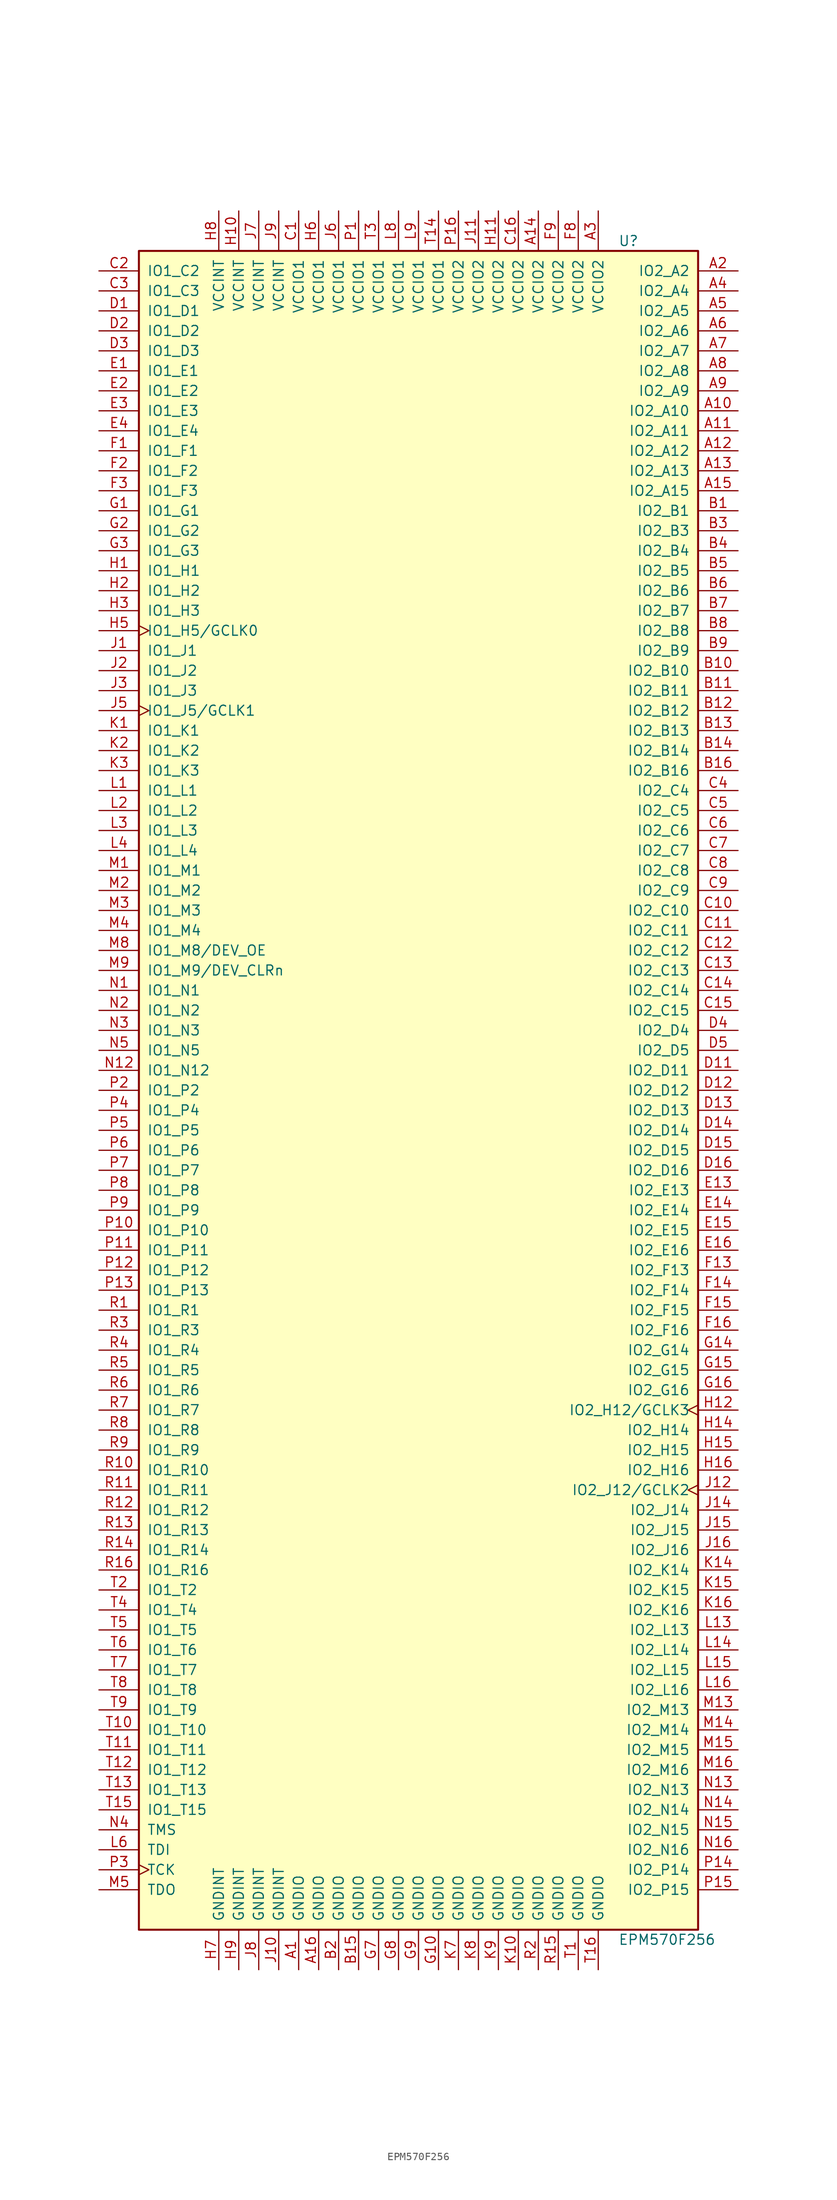
<source format=kicad_sym>
(kicad_symbol_lib
  (version 20201005)
  (generator kicad_symbol_editor)
  (symbol "CPLD_Altera:EPM570F256"
    (pin_names
      (offset 1.016))
    (property "Reference" "U"
      (at 25.4 107.95 0)
      (effects (font (size 1.27 1.27)) (justify left)))
    (property "Value" "EPM570F256"
      (at 25.4 -107.95 0)
      (effects (font (size 1.27 1.27)) (justify left)))
    (property "ki_locked" ""
      (at 0 0 0)
      (effects (font (size 1.27 1.27))))
    (symbol "EPM570F256_1_1"
      (rectangle (start -35.56 106.68) (end 35.56 -106.68) (stroke (width 0.254)) (fill (type background)))
      (pin bidirectional line (at 40.64 104.14 180) (length 5.08) (name "IO2_A2" (effects (font (size 1.27 1.27)))) (number "A2" (effects (font (size 1.27 1.27)))))
      (pin bidirectional line (at 40.64 101.6 180) (length 5.08) (name "IO2_A4" (effects (font (size 1.27 1.27)))) (number "A4" (effects (font (size 1.27 1.27)))))
      (pin bidirectional line (at 40.64 99.06 180) (length 5.08) (name "IO2_A5" (effects (font (size 1.27 1.27)))) (number "A5" (effects (font (size 1.27 1.27)))))
      (pin bidirectional line (at 40.64 96.52 180) (length 5.08) (name "IO2_A6" (effects (font (size 1.27 1.27)))) (number "A6" (effects (font (size 1.27 1.27)))))
      (pin bidirectional line (at 40.64 93.98 180) (length 5.08) (name "IO2_A7" (effects (font (size 1.27 1.27)))) (number "A7" (effects (font (size 1.27 1.27)))))
      (pin bidirectional line (at 40.64 91.44 180) (length 5.08) (name "IO2_A8" (effects (font (size 1.27 1.27)))) (number "A8" (effects (font (size 1.27 1.27)))))
      (pin bidirectional line (at 40.64 88.9 180) (length 5.08) (name "IO2_A9" (effects (font (size 1.27 1.27)))) (number "A9" (effects (font (size 1.27 1.27)))))
      (pin bidirectional line (at 40.64 86.36 180) (length 5.08) (name "IO2_A10" (effects (font (size 1.27 1.27)))) (number "A10" (effects (font (size 1.27 1.27)))))
      (pin bidirectional line (at 40.64 83.82 180) (length 5.08) (name "IO2_A11" (effects (font (size 1.27 1.27)))) (number "A11" (effects (font (size 1.27 1.27)))))
      (pin bidirectional line (at 40.64 81.28 180) (length 5.08) (name "IO2_A12" (effects (font (size 1.27 1.27)))) (number "A12" (effects (font (size 1.27 1.27)))))
      (pin bidirectional line (at 40.64 78.74 180) (length 5.08) (name "IO2_A13" (effects (font (size 1.27 1.27)))) (number "A13" (effects (font (size 1.27 1.27)))))
      (pin bidirectional line (at 40.64 76.2 180) (length 5.08) (name "IO2_A15" (effects (font (size 1.27 1.27)))) (number "A15" (effects (font (size 1.27 1.27)))))
      (pin bidirectional line (at 40.64 73.66 180) (length 5.08) (name "IO2_B1" (effects (font (size 1.27 1.27)))) (number "B1" (effects (font (size 1.27 1.27)))))
      (pin bidirectional line (at 40.64 71.12 180) (length 5.08) (name "IO2_B3" (effects (font (size 1.27 1.27)))) (number "B3" (effects (font (size 1.27 1.27)))))
      (pin bidirectional line (at 40.64 68.58 180) (length 5.08) (name "IO2_B4" (effects (font (size 1.27 1.27)))) (number "B4" (effects (font (size 1.27 1.27)))))
      (pin bidirectional line (at 40.64 66.04 180) (length 5.08) (name "IO2_B5" (effects (font (size 1.27 1.27)))) (number "B5" (effects (font (size 1.27 1.27)))))
      (pin bidirectional line (at 40.64 63.5 180) (length 5.08) (name "IO2_B6" (effects (font (size 1.27 1.27)))) (number "B6" (effects (font (size 1.27 1.27)))))
      (pin bidirectional line (at 40.64 60.96 180) (length 5.08) (name "IO2_B7" (effects (font (size 1.27 1.27)))) (number "B7" (effects (font (size 1.27 1.27)))))
      (pin bidirectional line (at 40.64 58.42 180) (length 5.08) (name "IO2_B8" (effects (font (size 1.27 1.27)))) (number "B8" (effects (font (size 1.27 1.27)))))
      (pin bidirectional line (at 40.64 55.88 180) (length 5.08) (name "IO2_B9" (effects (font (size 1.27 1.27)))) (number "B9" (effects (font (size 1.27 1.27)))))
      (pin bidirectional line (at 40.64 53.34 180) (length 5.08) (name "IO2_B10" (effects (font (size 1.27 1.27)))) (number "B10" (effects (font (size 1.27 1.27)))))
      (pin bidirectional line (at 40.64 50.8 180) (length 5.08) (name "IO2_B11" (effects (font (size 1.27 1.27)))) (number "B11" (effects (font (size 1.27 1.27)))))
      (pin bidirectional line (at 40.64 48.26 180) (length 5.08) (name "IO2_B12" (effects (font (size 1.27 1.27)))) (number "B12" (effects (font (size 1.27 1.27)))))
      (pin bidirectional line (at 40.64 45.72 180) (length 5.08) (name "IO2_B13" (effects (font (size 1.27 1.27)))) (number "B13" (effects (font (size 1.27 1.27)))))
      (pin bidirectional line (at 40.64 43.18 180) (length 5.08) (name "IO2_B14" (effects (font (size 1.27 1.27)))) (number "B14" (effects (font (size 1.27 1.27)))))
      (pin bidirectional line (at 40.64 40.64 180) (length 5.08) (name "IO2_B16" (effects (font (size 1.27 1.27)))) (number "B16" (effects (font (size 1.27 1.27)))))
      (pin bidirectional line (at -40.64 104.14 0) (length 5.08) (name "IO1_C2" (effects (font (size 1.27 1.27)))) (number "C2" (effects (font (size 1.27 1.27)))))
      (pin bidirectional line (at -40.64 101.6 0) (length 5.08) (name "IO1_C3" (effects (font (size 1.27 1.27)))) (number "C3" (effects (font (size 1.27 1.27)))))
      (pin bidirectional line (at 40.64 38.1 180) (length 5.08) (name "IO2_C4" (effects (font (size 1.27 1.27)))) (number "C4" (effects (font (size 1.27 1.27)))))
      (pin bidirectional line (at 40.64 35.56 180) (length 5.08) (name "IO2_C5" (effects (font (size 1.27 1.27)))) (number "C5" (effects (font (size 1.27 1.27)))))
      (pin bidirectional line (at 40.64 33.02 180) (length 5.08) (name "IO2_C6" (effects (font (size 1.27 1.27)))) (number "C6" (effects (font (size 1.27 1.27)))))
      (pin bidirectional line (at 40.64 30.48 180) (length 5.08) (name "IO2_C7" (effects (font (size 1.27 1.27)))) (number "C7" (effects (font (size 1.27 1.27)))))
      (pin bidirectional line (at 40.64 27.94 180) (length 5.08) (name "IO2_C8" (effects (font (size 1.27 1.27)))) (number "C8" (effects (font (size 1.27 1.27)))))
      (pin bidirectional line (at 40.64 25.4 180) (length 5.08) (name "IO2_C9" (effects (font (size 1.27 1.27)))) (number "C9" (effects (font (size 1.27 1.27)))))
      (pin bidirectional line (at 40.64 22.86 180) (length 5.08) (name "IO2_C10" (effects (font (size 1.27 1.27)))) (number "C10" (effects (font (size 1.27 1.27)))))
      (pin bidirectional line (at 40.64 20.32 180) (length 5.08) (name "IO2_C11" (effects (font (size 1.27 1.27)))) (number "C11" (effects (font (size 1.27 1.27)))))
      (pin bidirectional line (at 40.64 17.78 180) (length 5.08) (name "IO2_C12" (effects (font (size 1.27 1.27)))) (number "C12" (effects (font (size 1.27 1.27)))))
      (pin bidirectional line (at 40.64 15.24 180) (length 5.08) (name "IO2_C13" (effects (font (size 1.27 1.27)))) (number "C13" (effects (font (size 1.27 1.27)))))
      (pin bidirectional line (at 40.64 12.7 180) (length 5.08) (name "IO2_C14" (effects (font (size 1.27 1.27)))) (number "C14" (effects (font (size 1.27 1.27)))))
      (pin bidirectional line (at 40.64 10.16 180) (length 5.08) (name "IO2_C15" (effects (font (size 1.27 1.27)))) (number "C15" (effects (font (size 1.27 1.27)))))
      (pin bidirectional line (at -40.64 99.06 0) (length 5.08) (name "IO1_D1" (effects (font (size 1.27 1.27)))) (number "D1" (effects (font (size 1.27 1.27)))))
      (pin bidirectional line (at -40.64 96.52 0) (length 5.08) (name "IO1_D2" (effects (font (size 1.27 1.27)))) (number "D2" (effects (font (size 1.27 1.27)))))
      (pin bidirectional line (at -40.64 93.98 0) (length 5.08) (name "IO1_D3" (effects (font (size 1.27 1.27)))) (number "D3" (effects (font (size 1.27 1.27)))))
      (pin bidirectional line (at 40.64 7.62 180) (length 5.08) (name "IO2_D4" (effects (font (size 1.27 1.27)))) (number "D4" (effects (font (size 1.27 1.27)))))
      (pin bidirectional line (at 40.64 5.08 180) (length 5.08) (name "IO2_D5" (effects (font (size 1.27 1.27)))) (number "D5" (effects (font (size 1.27 1.27)))))
      (pin bidirectional line (at 40.64 2.54 180) (length 5.08) (name "IO2_D11" (effects (font (size 1.27 1.27)))) (number "D11" (effects (font (size 1.27 1.27)))))
      (pin bidirectional line (at 40.64 0 180) (length 5.08) (name "IO2_D12" (effects (font (size 1.27 1.27)))) (number "D12" (effects (font (size 1.27 1.27)))))
      (pin bidirectional line (at 40.64 -2.54 180) (length 5.08) (name "IO2_D13" (effects (font (size 1.27 1.27)))) (number "D13" (effects (font (size 1.27 1.27)))))
      (pin bidirectional line (at 40.64 -5.08 180) (length 5.08) (name "IO2_D14" (effects (font (size 1.27 1.27)))) (number "D14" (effects (font (size 1.27 1.27)))))
      (pin bidirectional line (at 40.64 -7.62 180) (length 5.08) (name "IO2_D15" (effects (font (size 1.27 1.27)))) (number "D15" (effects (font (size 1.27 1.27)))))
      (pin bidirectional line (at 40.64 -10.16 180) (length 5.08) (name "IO2_D16" (effects (font (size 1.27 1.27)))) (number "D16" (effects (font (size 1.27 1.27)))))
      (pin bidirectional line (at -40.64 91.44 0) (length 5.08) (name "IO1_E1" (effects (font (size 1.27 1.27)))) (number "E1" (effects (font (size 1.27 1.27)))))
      (pin bidirectional line (at -40.64 88.9 0) (length 5.08) (name "IO1_E2" (effects (font (size 1.27 1.27)))) (number "E2" (effects (font (size 1.27 1.27)))))
      (pin bidirectional line (at -40.64 86.36 0) (length 5.08) (name "IO1_E3" (effects (font (size 1.27 1.27)))) (number "E3" (effects (font (size 1.27 1.27)))))
      (pin bidirectional line (at -40.64 83.82 0) (length 5.08) (name "IO1_E4" (effects (font (size 1.27 1.27)))) (number "E4" (effects (font (size 1.27 1.27)))))
      (pin bidirectional line (at 40.64 -12.7 180) (length 5.08) (name "IO2_E13" (effects (font (size 1.27 1.27)))) (number "E13" (effects (font (size 1.27 1.27)))))
      (pin bidirectional line (at 40.64 -15.24 180) (length 5.08) (name "IO2_E14" (effects (font (size 1.27 1.27)))) (number "E14" (effects (font (size 1.27 1.27)))))
      (pin bidirectional line (at 40.64 -17.78 180) (length 5.08) (name "IO2_E15" (effects (font (size 1.27 1.27)))) (number "E15" (effects (font (size 1.27 1.27)))))
      (pin bidirectional line (at 40.64 -20.32 180) (length 5.08) (name "IO2_E16" (effects (font (size 1.27 1.27)))) (number "E16" (effects (font (size 1.27 1.27)))))
      (pin bidirectional line (at -40.64 81.28 0) (length 5.08) (name "IO1_F1" (effects (font (size 1.27 1.27)))) (number "F1" (effects (font (size 1.27 1.27)))))
      (pin bidirectional line (at -40.64 78.74 0) (length 5.08) (name "IO1_F2" (effects (font (size 1.27 1.27)))) (number "F2" (effects (font (size 1.27 1.27)))))
      (pin bidirectional line (at -40.64 76.2 0) (length 5.08) (name "IO1_F3" (effects (font (size 1.27 1.27)))) (number "F3" (effects (font (size 1.27 1.27)))))
      (pin bidirectional line (at 40.64 -22.86 180) (length 5.08) (name "IO2_F13" (effects (font (size 1.27 1.27)))) (number "F13" (effects (font (size 1.27 1.27)))))
      (pin bidirectional line (at 40.64 -25.4 180) (length 5.08) (name "IO2_F14" (effects (font (size 1.27 1.27)))) (number "F14" (effects (font (size 1.27 1.27)))))
      (pin bidirectional line (at 40.64 -27.94 180) (length 5.08) (name "IO2_F15" (effects (font (size 1.27 1.27)))) (number "F15" (effects (font (size 1.27 1.27)))))
      (pin bidirectional line (at 40.64 -30.48 180) (length 5.08) (name "IO2_F16" (effects (font (size 1.27 1.27)))) (number "F16" (effects (font (size 1.27 1.27)))))
      (pin bidirectional line (at -40.64 73.66 0) (length 5.08) (name "IO1_G1" (effects (font (size 1.27 1.27)))) (number "G1" (effects (font (size 1.27 1.27)))))
      (pin bidirectional line (at -40.64 71.12 0) (length 5.08) (name "IO1_G2" (effects (font (size 1.27 1.27)))) (number "G2" (effects (font (size 1.27 1.27)))))
      (pin bidirectional line (at -40.64 68.58 0) (length 5.08) (name "IO1_G3" (effects (font (size 1.27 1.27)))) (number "G3" (effects (font (size 1.27 1.27)))))
      (pin bidirectional line (at 40.64 -33.02 180) (length 5.08) (name "IO2_G14" (effects (font (size 1.27 1.27)))) (number "G14" (effects (font (size 1.27 1.27)))))
      (pin bidirectional line (at 40.64 -35.56 180) (length 5.08) (name "IO2_G15" (effects (font (size 1.27 1.27)))) (number "G15" (effects (font (size 1.27 1.27)))))
      (pin bidirectional line (at 40.64 -38.1 180) (length 5.08) (name "IO2_G16" (effects (font (size 1.27 1.27)))) (number "G16" (effects (font (size 1.27 1.27)))))
      (pin bidirectional line (at -40.64 66.04 0) (length 5.08) (name "IO1_H1" (effects (font (size 1.27 1.27)))) (number "H1" (effects (font (size 1.27 1.27)))))
      (pin bidirectional line (at -40.64 63.5 0) (length 5.08) (name "IO1_H2" (effects (font (size 1.27 1.27)))) (number "H2" (effects (font (size 1.27 1.27)))))
      (pin bidirectional line (at -40.64 60.96 0) (length 5.08) (name "IO1_H3" (effects (font (size 1.27 1.27)))) (number "H3" (effects (font (size 1.27 1.27)))))
      (pin bidirectional clock (at -40.64 58.42 0) (length 5.08) (name "IO1_H5/GCLK0" (effects (font (size 1.27 1.27)))) (number "H5" (effects (font (size 1.27 1.27)))))
      (pin bidirectional clock (at 40.64 -40.64 180) (length 5.08) (name "IO2_H12/GCLK3" (effects (font (size 1.27 1.27)))) (number "H12" (effects (font (size 1.27 1.27)))))
      (pin bidirectional line (at 40.64 -43.18 180) (length 5.08) (name "IO2_H14" (effects (font (size 1.27 1.27)))) (number "H14" (effects (font (size 1.27 1.27)))))
      (pin bidirectional line (at 40.64 -45.72 180) (length 5.08) (name "IO2_H15" (effects (font (size 1.27 1.27)))) (number "H15" (effects (font (size 1.27 1.27)))))
      (pin bidirectional line (at 40.64 -48.26 180) (length 5.08) (name "IO2_H16" (effects (font (size 1.27 1.27)))) (number "H16" (effects (font (size 1.27 1.27)))))
      (pin bidirectional line (at -40.64 55.88 0) (length 5.08) (name "IO1_J1" (effects (font (size 1.27 1.27)))) (number "J1" (effects (font (size 1.27 1.27)))))
      (pin bidirectional line (at -40.64 53.34 0) (length 5.08) (name "IO1_J2" (effects (font (size 1.27 1.27)))) (number "J2" (effects (font (size 1.27 1.27)))))
      (pin bidirectional line (at -40.64 50.8 0) (length 5.08) (name "IO1_J3" (effects (font (size 1.27 1.27)))) (number "J3" (effects (font (size 1.27 1.27)))))
      (pin bidirectional clock (at -40.64 48.26 0) (length 5.08) (name "IO1_J5/GCLK1" (effects (font (size 1.27 1.27)))) (number "J5" (effects (font (size 1.27 1.27)))))
      (pin bidirectional clock (at 40.64 -50.8 180) (length 5.08) (name "IO2_J12/GCLK2" (effects (font (size 1.27 1.27)))) (number "J12" (effects (font (size 1.27 1.27)))))
      (pin bidirectional line (at 40.64 -53.34 180) (length 5.08) (name "IO2_J14" (effects (font (size 1.27 1.27)))) (number "J14" (effects (font (size 1.27 1.27)))))
      (pin bidirectional line (at 40.64 -55.88 180) (length 5.08) (name "IO2_J15" (effects (font (size 1.27 1.27)))) (number "J15" (effects (font (size 1.27 1.27)))))
      (pin bidirectional line (at 40.64 -58.42 180) (length 5.08) (name "IO2_J16" (effects (font (size 1.27 1.27)))) (number "J16" (effects (font (size 1.27 1.27)))))
      (pin bidirectional line (at -40.64 45.72 0) (length 5.08) (name "IO1_K1" (effects (font (size 1.27 1.27)))) (number "K1" (effects (font (size 1.27 1.27)))))
      (pin bidirectional line (at -40.64 43.18 0) (length 5.08) (name "IO1_K2" (effects (font (size 1.27 1.27)))) (number "K2" (effects (font (size 1.27 1.27)))))
      (pin bidirectional line (at -40.64 40.64 0) (length 5.08) (name "IO1_K3" (effects (font (size 1.27 1.27)))) (number "K3" (effects (font (size 1.27 1.27)))))
      (pin bidirectional line (at 40.64 -60.96 180) (length 5.08) (name "IO2_K14" (effects (font (size 1.27 1.27)))) (number "K14" (effects (font (size 1.27 1.27)))))
      (pin bidirectional line (at 40.64 -63.5 180) (length 5.08) (name "IO2_K15" (effects (font (size 1.27 1.27)))) (number "K15" (effects (font (size 1.27 1.27)))))
      (pin bidirectional line (at 40.64 -66.04 180) (length 5.08) (name "IO2_K16" (effects (font (size 1.27 1.27)))) (number "K16" (effects (font (size 1.27 1.27)))))
      (pin bidirectional line (at -40.64 38.1 0) (length 5.08) (name "IO1_L1" (effects (font (size 1.27 1.27)))) (number "L1" (effects (font (size 1.27 1.27)))))
      (pin bidirectional line (at -40.64 35.56 0) (length 5.08) (name "IO1_L2" (effects (font (size 1.27 1.27)))) (number "L2" (effects (font (size 1.27 1.27)))))
      (pin bidirectional line (at -40.64 33.02 0) (length 5.08) (name "IO1_L3" (effects (font (size 1.27 1.27)))) (number "L3" (effects (font (size 1.27 1.27)))))
      (pin bidirectional line (at -40.64 30.48 0) (length 5.08) (name "IO1_L4" (effects (font (size 1.27 1.27)))) (number "L4" (effects (font (size 1.27 1.27)))))
      (pin bidirectional line (at 40.64 -68.58 180) (length 5.08) (name "IO2_L13" (effects (font (size 1.27 1.27)))) (number "L13" (effects (font (size 1.27 1.27)))))
      (pin bidirectional line (at 40.64 -71.12 180) (length 5.08) (name "IO2_L14" (effects (font (size 1.27 1.27)))) (number "L14" (effects (font (size 1.27 1.27)))))
      (pin bidirectional line (at 40.64 -73.66 180) (length 5.08) (name "IO2_L15" (effects (font (size 1.27 1.27)))) (number "L15" (effects (font (size 1.27 1.27)))))
      (pin bidirectional line (at 40.64 -76.2 180) (length 5.08) (name "IO2_L16" (effects (font (size 1.27 1.27)))) (number "L16" (effects (font (size 1.27 1.27)))))
      (pin bidirectional line (at -40.64 27.94 0) (length 5.08) (name "IO1_M1" (effects (font (size 1.27 1.27)))) (number "M1" (effects (font (size 1.27 1.27)))))
      (pin bidirectional line (at -40.64 25.4 0) (length 5.08) (name "IO1_M2" (effects (font (size 1.27 1.27)))) (number "M2" (effects (font (size 1.27 1.27)))))
      (pin bidirectional line (at -40.64 22.86 0) (length 5.08) (name "IO1_M3" (effects (font (size 1.27 1.27)))) (number "M3" (effects (font (size 1.27 1.27)))))
      (pin bidirectional line (at -40.64 20.32 0) (length 5.08) (name "IO1_M4" (effects (font (size 1.27 1.27)))) (number "M4" (effects (font (size 1.27 1.27)))))
      (pin bidirectional line (at -40.64 17.78 0) (length 5.08) (name "IO1_M8/DEV_OE" (effects (font (size 1.27 1.27)))) (number "M8" (effects (font (size 1.27 1.27)))))
      (pin bidirectional line (at -40.64 15.24 0) (length 5.08) (name "IO1_M9/DEV_CLRn" (effects (font (size 1.27 1.27)))) (number "M9" (effects (font (size 1.27 1.27)))))
      (pin bidirectional line (at 40.64 -78.74 180) (length 5.08) (name "IO2_M13" (effects (font (size 1.27 1.27)))) (number "M13" (effects (font (size 1.27 1.27)))))
      (pin bidirectional line (at 40.64 -81.28 180) (length 5.08) (name "IO2_M14" (effects (font (size 1.27 1.27)))) (number "M14" (effects (font (size 1.27 1.27)))))
      (pin bidirectional line (at 40.64 -83.82 180) (length 5.08) (name "IO2_M15" (effects (font (size 1.27 1.27)))) (number "M15" (effects (font (size 1.27 1.27)))))
      (pin bidirectional line (at 40.64 -86.36 180) (length 5.08) (name "IO2_M16" (effects (font (size 1.27 1.27)))) (number "M16" (effects (font (size 1.27 1.27)))))
      (pin bidirectional line (at -40.64 12.7 0) (length 5.08) (name "IO1_N1" (effects (font (size 1.27 1.27)))) (number "N1" (effects (font (size 1.27 1.27)))))
      (pin bidirectional line (at -40.64 10.16 0) (length 5.08) (name "IO1_N2" (effects (font (size 1.27 1.27)))) (number "N2" (effects (font (size 1.27 1.27)))))
      (pin bidirectional line (at -40.64 7.62 0) (length 5.08) (name "IO1_N3" (effects (font (size 1.27 1.27)))) (number "N3" (effects (font (size 1.27 1.27)))))
      (pin bidirectional line (at -40.64 5.08 0) (length 5.08) (name "IO1_N5" (effects (font (size 1.27 1.27)))) (number "N5" (effects (font (size 1.27 1.27)))))
      (pin bidirectional line (at -40.64 2.54 0) (length 5.08) (name "IO1_N12" (effects (font (size 1.27 1.27)))) (number "N12" (effects (font (size 1.27 1.27)))))
      (pin bidirectional line (at 40.64 -88.9 180) (length 5.08) (name "IO2_N13" (effects (font (size 1.27 1.27)))) (number "N13" (effects (font (size 1.27 1.27)))))
      (pin bidirectional line (at 40.64 -91.44 180) (length 5.08) (name "IO2_N14" (effects (font (size 1.27 1.27)))) (number "N14" (effects (font (size 1.27 1.27)))))
      (pin bidirectional line (at 40.64 -93.98 180) (length 5.08) (name "IO2_N15" (effects (font (size 1.27 1.27)))) (number "N15" (effects (font (size 1.27 1.27)))))
      (pin bidirectional line (at 40.64 -96.52 180) (length 5.08) (name "IO2_N16" (effects (font (size 1.27 1.27)))) (number "N16" (effects (font (size 1.27 1.27)))))
      (pin bidirectional line (at -40.64 0 0) (length 5.08) (name "IO1_P2" (effects (font (size 1.27 1.27)))) (number "P2" (effects (font (size 1.27 1.27)))))
      (pin bidirectional line (at -40.64 -2.54 0) (length 5.08) (name "IO1_P4" (effects (font (size 1.27 1.27)))) (number "P4" (effects (font (size 1.27 1.27)))))
      (pin bidirectional line (at -40.64 -5.08 0) (length 5.08) (name "IO1_P5" (effects (font (size 1.27 1.27)))) (number "P5" (effects (font (size 1.27 1.27)))))
      (pin bidirectional line (at -40.64 -7.62 0) (length 5.08) (name "IO1_P6" (effects (font (size 1.27 1.27)))) (number "P6" (effects (font (size 1.27 1.27)))))
      (pin bidirectional line (at -40.64 -10.16 0) (length 5.08) (name "IO1_P7" (effects (font (size 1.27 1.27)))) (number "P7" (effects (font (size 1.27 1.27)))))
      (pin bidirectional line (at -40.64 -12.7 0) (length 5.08) (name "IO1_P8" (effects (font (size 1.27 1.27)))) (number "P8" (effects (font (size 1.27 1.27)))))
      (pin bidirectional line (at -40.64 -15.24 0) (length 5.08) (name "IO1_P9" (effects (font (size 1.27 1.27)))) (number "P9" (effects (font (size 1.27 1.27)))))
      (pin bidirectional line (at -40.64 -17.78 0) (length 5.08) (name "IO1_P10" (effects (font (size 1.27 1.27)))) (number "P10" (effects (font (size 1.27 1.27)))))
      (pin bidirectional line (at -40.64 -20.32 0) (length 5.08) (name "IO1_P11" (effects (font (size 1.27 1.27)))) (number "P11" (effects (font (size 1.27 1.27)))))
      (pin bidirectional line (at -40.64 -22.86 0) (length 5.08) (name "IO1_P12" (effects (font (size 1.27 1.27)))) (number "P12" (effects (font (size 1.27 1.27)))))
      (pin bidirectional line (at -40.64 -25.4 0) (length 5.08) (name "IO1_P13" (effects (font (size 1.27 1.27)))) (number "P13" (effects (font (size 1.27 1.27)))))
      (pin bidirectional line (at 40.64 -99.06 180) (length 5.08) (name "IO2_P14" (effects (font (size 1.27 1.27)))) (number "P14" (effects (font (size 1.27 1.27)))))
      (pin bidirectional line (at 40.64 -101.6 180) (length 5.08) (name "IO2_P15" (effects (font (size 1.27 1.27)))) (number "P15" (effects (font (size 1.27 1.27)))))
      (pin bidirectional line (at -40.64 -27.94 0) (length 5.08) (name "IO1_R1" (effects (font (size 1.27 1.27)))) (number "R1" (effects (font (size 1.27 1.27)))))
      (pin bidirectional line (at -40.64 -30.48 0) (length 5.08) (name "IO1_R3" (effects (font (size 1.27 1.27)))) (number "R3" (effects (font (size 1.27 1.27)))))
      (pin bidirectional line (at -40.64 -33.02 0) (length 5.08) (name "IO1_R4" (effects (font (size 1.27 1.27)))) (number "R4" (effects (font (size 1.27 1.27)))))
      (pin bidirectional line (at -40.64 -35.56 0) (length 5.08) (name "IO1_R5" (effects (font (size 1.27 1.27)))) (number "R5" (effects (font (size 1.27 1.27)))))
      (pin bidirectional line (at -40.64 -38.1 0) (length 5.08) (name "IO1_R6" (effects (font (size 1.27 1.27)))) (number "R6" (effects (font (size 1.27 1.27)))))
      (pin bidirectional line (at -40.64 -40.64 0) (length 5.08) (name "IO1_R7" (effects (font (size 1.27 1.27)))) (number "R7" (effects (font (size 1.27 1.27)))))
      (pin bidirectional line (at -40.64 -43.18 0) (length 5.08) (name "IO1_R8" (effects (font (size 1.27 1.27)))) (number "R8" (effects (font (size 1.27 1.27)))))
      (pin bidirectional line (at -40.64 -45.72 0) (length 5.08) (name "IO1_R9" (effects (font (size 1.27 1.27)))) (number "R9" (effects (font (size 1.27 1.27)))))
      (pin bidirectional line (at -40.64 -48.26 0) (length 5.08) (name "IO1_R10" (effects (font (size 1.27 1.27)))) (number "R10" (effects (font (size 1.27 1.27)))))
      (pin bidirectional line (at -40.64 -50.8 0) (length 5.08) (name "IO1_R11" (effects (font (size 1.27 1.27)))) (number "R11" (effects (font (size 1.27 1.27)))))
      (pin bidirectional line (at -40.64 -53.34 0) (length 5.08) (name "IO1_R12" (effects (font (size 1.27 1.27)))) (number "R12" (effects (font (size 1.27 1.27)))))
      (pin bidirectional line (at -40.64 -55.88 0) (length 5.08) (name "IO1_R13" (effects (font (size 1.27 1.27)))) (number "R13" (effects (font (size 1.27 1.27)))))
      (pin bidirectional line (at -40.64 -58.42 0) (length 5.08) (name "IO1_R14" (effects (font (size 1.27 1.27)))) (number "R14" (effects (font (size 1.27 1.27)))))
      (pin bidirectional line (at -40.64 -60.96 0) (length 5.08) (name "IO1_R16" (effects (font (size 1.27 1.27)))) (number "R16" (effects (font (size 1.27 1.27)))))
      (pin bidirectional line (at -40.64 -63.5 0) (length 5.08) (name "IO1_T2" (effects (font (size 1.27 1.27)))) (number "T2" (effects (font (size 1.27 1.27)))))
      (pin bidirectional line (at -40.64 -66.04 0) (length 5.08) (name "IO1_T4" (effects (font (size 1.27 1.27)))) (number "T4" (effects (font (size 1.27 1.27)))))
      (pin bidirectional line (at -40.64 -68.58 0) (length 5.08) (name "IO1_T5" (effects (font (size 1.27 1.27)))) (number "T5" (effects (font (size 1.27 1.27)))))
      (pin bidirectional line (at -40.64 -71.12 0) (length 5.08) (name "IO1_T6" (effects (font (size 1.27 1.27)))) (number "T6" (effects (font (size 1.27 1.27)))))
      (pin bidirectional line (at -40.64 -73.66 0) (length 5.08) (name "IO1_T7" (effects (font (size 1.27 1.27)))) (number "T7" (effects (font (size 1.27 1.27)))))
      (pin bidirectional line (at -40.64 -76.2 0) (length 5.08) (name "IO1_T8" (effects (font (size 1.27 1.27)))) (number "T8" (effects (font (size 1.27 1.27)))))
      (pin bidirectional line (at -40.64 -78.74 0) (length 5.08) (name "IO1_T9" (effects (font (size 1.27 1.27)))) (number "T9" (effects (font (size 1.27 1.27)))))
      (pin bidirectional line (at -40.64 -81.28 0) (length 5.08) (name "IO1_T10" (effects (font (size 1.27 1.27)))) (number "T10" (effects (font (size 1.27 1.27)))))
      (pin bidirectional line (at -40.64 -83.82 0) (length 5.08) (name "IO1_T11" (effects (font (size 1.27 1.27)))) (number "T11" (effects (font (size 1.27 1.27)))))
      (pin bidirectional line (at -40.64 -86.36 0) (length 5.08) (name "IO1_T12" (effects (font (size 1.27 1.27)))) (number "T12" (effects (font (size 1.27 1.27)))))
      (pin bidirectional line (at -40.64 -88.9 0) (length 5.08) (name "IO1_T13" (effects (font (size 1.27 1.27)))) (number "T13" (effects (font (size 1.27 1.27)))))
      (pin bidirectional line (at -40.64 -91.44 0) (length 5.08) (name "IO1_T15" (effects (font (size 1.27 1.27)))) (number "T15" (effects (font (size 1.27 1.27)))))
      (pin input line (at -40.64 -93.98 0) (length 5.08) (name "TMS" (effects (font (size 1.27 1.27)))) (number "N4" (effects (font (size 1.27 1.27)))))
      (pin input line (at -40.64 -96.52 0) (length 5.08) (name "TDI" (effects (font (size 1.27 1.27)))) (number "L6" (effects (font (size 1.27 1.27)))))
      (pin input clock (at -40.64 -99.06 0) (length 5.08) (name "TCK" (effects (font (size 1.27 1.27)))) (number "P3" (effects (font (size 1.27 1.27)))))
      (pin output line (at -40.64 -101.6 0) (length 5.08) (name "TDO" (effects (font (size 1.27 1.27)))) (number "M5" (effects (font (size 1.27 1.27)))))
      (pin power_in line (at -25.4 -111.76 90) (length 5.08) (name "GNDINT" (effects (font (size 1.27 1.27)))) (number "H7" (effects (font (size 1.27 1.27)))))
      (pin power_in line (at -22.86 -111.76 90) (length 5.08) (name "GNDINT" (effects (font (size 1.27 1.27)))) (number "H9" (effects (font (size 1.27 1.27)))))
      (pin power_in line (at -20.32 -111.76 90) (length 5.08) (name "GNDINT" (effects (font (size 1.27 1.27)))) (number "J8" (effects (font (size 1.27 1.27)))))
      (pin power_in line (at -17.78 -111.76 90) (length 5.08) (name "GNDINT" (effects (font (size 1.27 1.27)))) (number "J10" (effects (font (size 1.27 1.27)))))
      (pin power_in line (at -15.24 -111.76 90) (length 5.08) (name "GNDIO" (effects (font (size 1.27 1.27)))) (number "A1" (effects (font (size 1.27 1.27)))))
      (pin power_in line (at -12.7 -111.76 90) (length 5.08) (name "GNDIO" (effects (font (size 1.27 1.27)))) (number "A16" (effects (font (size 1.27 1.27)))))
      (pin power_in line (at -10.16 -111.76 90) (length 5.08) (name "GNDIO" (effects (font (size 1.27 1.27)))) (number "B2" (effects (font (size 1.27 1.27)))))
      (pin power_in line (at -7.62 -111.76 90) (length 5.08) (name "GNDIO" (effects (font (size 1.27 1.27)))) (number "B15" (effects (font (size 1.27 1.27)))))
      (pin power_in line (at -5.08 -111.76 90) (length 5.08) (name "GNDIO" (effects (font (size 1.27 1.27)))) (number "G7" (effects (font (size 1.27 1.27)))))
      (pin power_in line (at -2.54 -111.76 90) (length 5.08) (name "GNDIO" (effects (font (size 1.27 1.27)))) (number "G8" (effects (font (size 1.27 1.27)))))
      (pin power_in line (at 0 -111.76 90) (length 5.08) (name "GNDIO" (effects (font (size 1.27 1.27)))) (number "G9" (effects (font (size 1.27 1.27)))))
      (pin power_in line (at 2.54 -111.76 90) (length 5.08) (name "GNDIO" (effects (font (size 1.27 1.27)))) (number "G10" (effects (font (size 1.27 1.27)))))
      (pin power_in line (at 5.08 -111.76 90) (length 5.08) (name "GNDIO" (effects (font (size 1.27 1.27)))) (number "K7" (effects (font (size 1.27 1.27)))))
      (pin power_in line (at 7.62 -111.76 90) (length 5.08) (name "GNDIO" (effects (font (size 1.27 1.27)))) (number "K8" (effects (font (size 1.27 1.27)))))
      (pin power_in line (at 10.16 -111.76 90) (length 5.08) (name "GNDIO" (effects (font (size 1.27 1.27)))) (number "K9" (effects (font (size 1.27 1.27)))))
      (pin power_in line (at 12.7 -111.76 90) (length 5.08) (name "GNDIO" (effects (font (size 1.27 1.27)))) (number "K10" (effects (font (size 1.27 1.27)))))
      (pin power_in line (at 15.24 -111.76 90) (length 5.08) (name "GNDIO" (effects (font (size 1.27 1.27)))) (number "R2" (effects (font (size 1.27 1.27)))))
      (pin power_in line (at 17.78 -111.76 90) (length 5.08) (name "GNDIO" (effects (font (size 1.27 1.27)))) (number "R15" (effects (font (size 1.27 1.27)))))
      (pin power_in line (at 20.32 -111.76 90) (length 5.08) (name "GNDIO" (effects (font (size 1.27 1.27)))) (number "T1" (effects (font (size 1.27 1.27)))))
      (pin power_in line (at 22.86 -111.76 90) (length 5.08) (name "GNDIO" (effects (font (size 1.27 1.27)))) (number "T16" (effects (font (size 1.27 1.27)))))
      (pin power_in line (at -25.4 111.76 270) (length 5.08) (name "VCCINT" (effects (font (size 1.27 1.27)))) (number "H8" (effects (font (size 1.27 1.27)))))
      (pin power_in line (at -22.86 111.76 270) (length 5.08) (name "VCCINT" (effects (font (size 1.27 1.27)))) (number "H10" (effects (font (size 1.27 1.27)))))
      (pin power_in line (at -20.32 111.76 270) (length 5.08) (name "VCCINT" (effects (font (size 1.27 1.27)))) (number "J7" (effects (font (size 1.27 1.27)))))
      (pin power_in line (at -17.78 111.76 270) (length 5.08) (name "VCCINT" (effects (font (size 1.27 1.27)))) (number "J9" (effects (font (size 1.27 1.27)))))
      (pin power_in line (at -15.24 111.76 270) (length 5.08) (name "VCCIO1" (effects (font (size 1.27 1.27)))) (number "C1" (effects (font (size 1.27 1.27)))))
      (pin power_in line (at -12.7 111.76 270) (length 5.08) (name "VCCIO1" (effects (font (size 1.27 1.27)))) (number "H6" (effects (font (size 1.27 1.27)))))
      (pin power_in line (at -10.16 111.76 270) (length 5.08) (name "VCCIO1" (effects (font (size 1.27 1.27)))) (number "J6" (effects (font (size 1.27 1.27)))))
      (pin power_in line (at -7.62 111.76 270) (length 5.08) (name "VCCIO1" (effects (font (size 1.27 1.27)))) (number "P1" (effects (font (size 1.27 1.27)))))
      (pin power_in line (at -5.08 111.76 270) (length 5.08) (name "VCCIO1" (effects (font (size 1.27 1.27)))) (number "T3" (effects (font (size 1.27 1.27)))))
      (pin power_in line (at -2.54 111.76 270) (length 5.08) (name "VCCIO1" (effects (font (size 1.27 1.27)))) (number "L8" (effects (font (size 1.27 1.27)))))
      (pin power_in line (at 0 111.76 270) (length 5.08) (name "VCCIO1" (effects (font (size 1.27 1.27)))) (number "L9" (effects (font (size 1.27 1.27)))))
      (pin power_in line (at 2.54 111.76 270) (length 5.08) (name "VCCIO1" (effects (font (size 1.27 1.27)))) (number "T14" (effects (font (size 1.27 1.27)))))
      (pin power_in line (at 5.08 111.76 270) (length 5.08) (name "VCCIO2" (effects (font (size 1.27 1.27)))) (number "P16" (effects (font (size 1.27 1.27)))))
      (pin power_in line (at 7.62 111.76 270) (length 5.08) (name "VCCIO2" (effects (font (size 1.27 1.27)))) (number "J11" (effects (font (size 1.27 1.27)))))
      (pin power_in line (at 10.16 111.76 270) (length 5.08) (name "VCCIO2" (effects (font (size 1.27 1.27)))) (number "H11" (effects (font (size 1.27 1.27)))))
      (pin power_in line (at 12.7 111.76 270) (length 5.08) (name "VCCIO2" (effects (font (size 1.27 1.27)))) (number "C16" (effects (font (size 1.27 1.27)))))
      (pin power_in line (at 15.24 111.76 270) (length 5.08) (name "VCCIO2" (effects (font (size 1.27 1.27)))) (number "A14" (effects (font (size 1.27 1.27)))))
      (pin power_in line (at 17.78 111.76 270) (length 5.08) (name "VCCIO2" (effects (font (size 1.27 1.27)))) (number "F9" (effects (font (size 1.27 1.27)))))
      (pin power_in line (at 20.32 111.76 270) (length 5.08) (name "VCCIO2" (effects (font (size 1.27 1.27)))) (number "F8" (effects (font (size 1.27 1.27)))))
      (pin power_in line (at 22.86 111.76 270) (length 5.08) (name "VCCIO2" (effects (font (size 1.27 1.27)))) (number "A3" (effects (font (size 1.27 1.27))))))))
</source>
